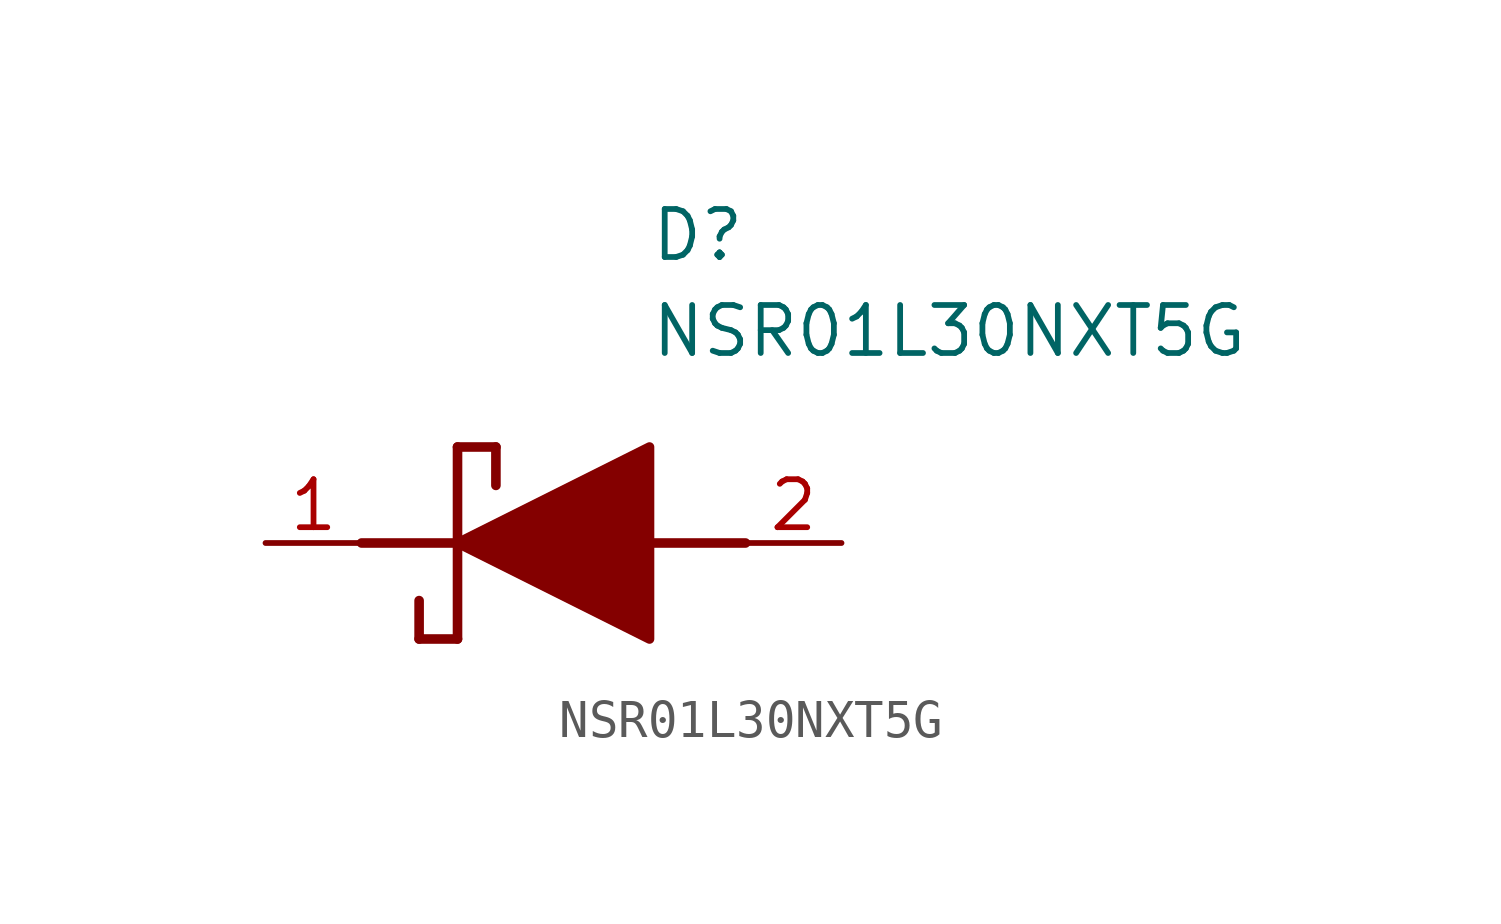
<source format=kicad_sym>
(kicad_symbol_lib
  (version 20211014)
  (generator SamacSys_ECAD_Model)
  (symbol "NSR01L30NXT5G"
    (pin_names hide)
    (property "Reference" "D"
      (at 12.7 8.89 0)
      (effects (font (size 1.27 1.27)) (justify left top)))
    (property "Value" "NSR01L30NXT5G"
      (at 12.7 6.35 0)
      (effects (font (size 1.27 1.27)) (justify left top)))
    (polyline
      (pts (xy 7.62 2.54) (xy 7.62 -2.54))
      (stroke (width 0.254) (type default))
      (fill (type none)))
    (polyline
      (pts (xy 7.62 2.54) (xy 8.636 2.54))
      (stroke (width 0.254) (type default))
      (fill (type none)))
    (polyline
      (pts (xy 8.636 1.524) (xy 8.636 2.54))
      (stroke (width 0.254) (type default))
      (fill (type none)))
    (polyline
      (pts (xy 7.62 -2.54) (xy 6.604 -2.54))
      (stroke (width 0.254) (type default))
      (fill (type none)))
    (polyline
      (pts (xy 6.604 -1.524) (xy 6.604 -2.54))
      (stroke (width 0.254) (type default))
      (fill (type none)))
    (polyline
      (pts (xy 5.08 0) (xy 7.62 0))
      (stroke (width 0.254) (type default))
      (fill (type none)))
    (polyline
      (pts (xy 12.7 0) (xy 15.24 0))
      (stroke (width 0.254) (type default))
      (fill (type none)))
    (polyline
      (pts (xy 7.62 0) (xy 12.7 2.54) (xy 12.7 -2.54) (xy 7.62 0))
      (stroke (width 0.254) (type default))
      (fill (type outline)))
    (pin passive line
      (at 2.54 0 0)
      (length 2.54)
      (name "K" (effects (font (size 1.27 1.27))))
      (number "1" (effects (font (size 1.27 1.27)))))
    (pin passive line
      (at 17.78 0 180)
      (length 2.54)
      (name "A" (effects (font (size 1.27 1.27))))
      (number "2" (effects (font (size 1.27 1.27)))))))
</source>
